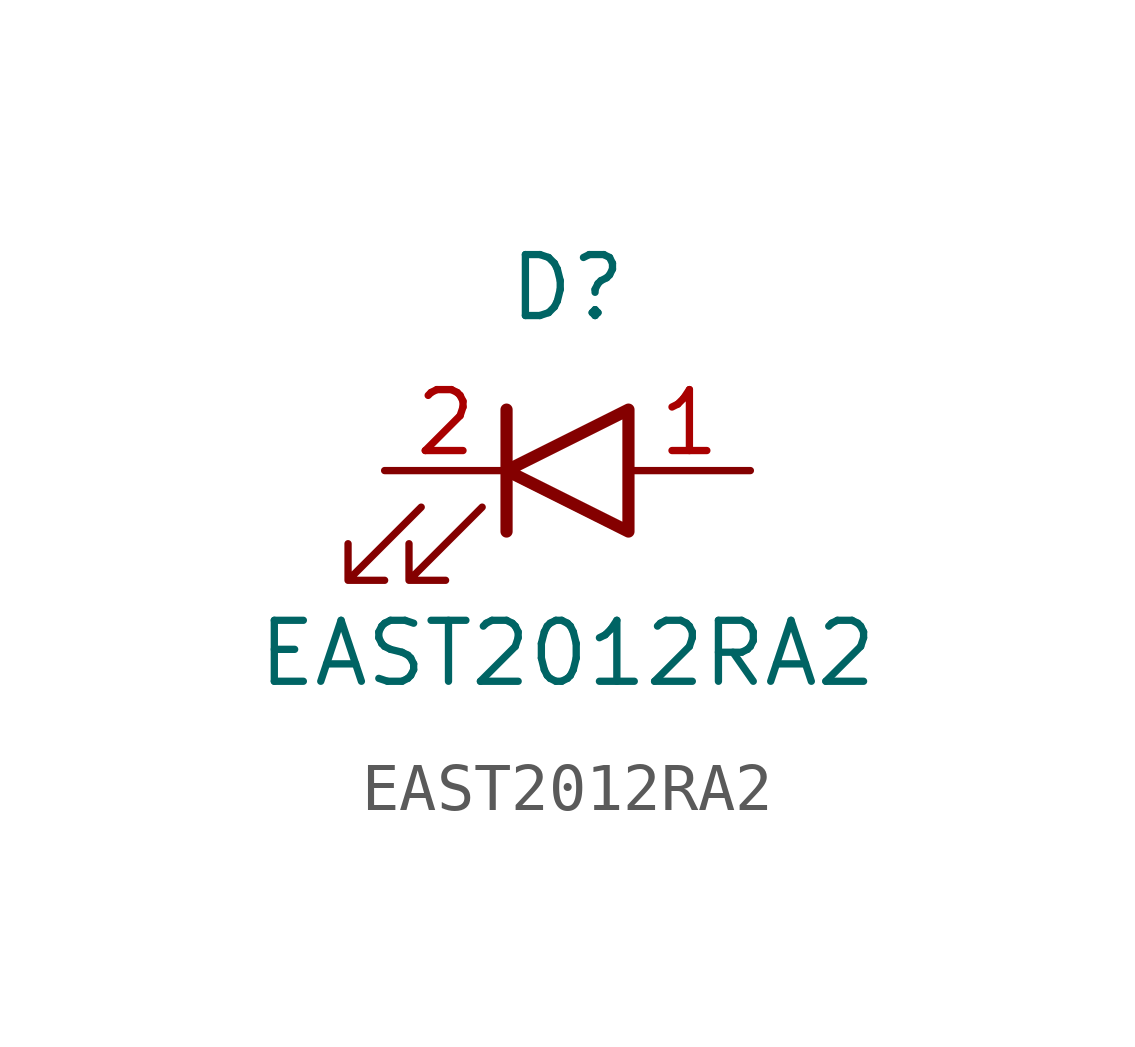
<source format=kicad_sym>
(kicad_symbol_lib
  (version 20211014)
  (generator kicad_symbol_editor)
  (symbol "EAST2012RA2"
    (property "Reference" "D"
      (at 0 3.81 0)
      (effects (font (size 1.27 1.27))))
    (property "Value" "EAST2012RA2"
      (at 0 -3.81 0)
      (effects (font (size 1.27 1.27))))
    (symbol "EAST2012RA2_0_1"
      (polyline (pts (xy -1.27 -1.27) (xy -1.27 1.27)) (stroke (width 0.254) (type default) (color 0 0 0 0)) (fill (type none)))
      (polyline (pts (xy 1.27 -1.27) (xy 1.27 1.27) (xy -1.27 0) (xy 1.27 -1.27)) (stroke (width 0.254) (type default) (color 0 0 0 0)) (fill (type none)))
      (polyline (pts (xy -3.048 -0.762) (xy -4.572 -2.286) (xy -3.81 -2.286) (xy -4.572 -2.286) (xy -4.572 -1.524)) (stroke (width 0) (type default) (color 0 0 0 0)) (fill (type none)))
      (polyline (pts (xy -1.778 -0.762) (xy -3.302 -2.286) (xy -2.54 -2.286) (xy -3.302 -2.286) (xy -3.302 -1.524)) (stroke (width 0) (type default) (color 0 0 0 0)) (fill (type none))))
    (symbol "EAST2012RA2_1_1"
      (pin passive line (at 3.81 0 180) (length 2.54) (name "" (effects (font (size 1.27 1.27)))) (number "1" (effects (font (size 1.27 1.27)))))
      (pin passive line (at -3.81 0 0) (length 2.54) (name "" (effects (font (size 1.27 1.27)))) (number "2" (effects (font (size 1.27 1.27))))))))
</source>
